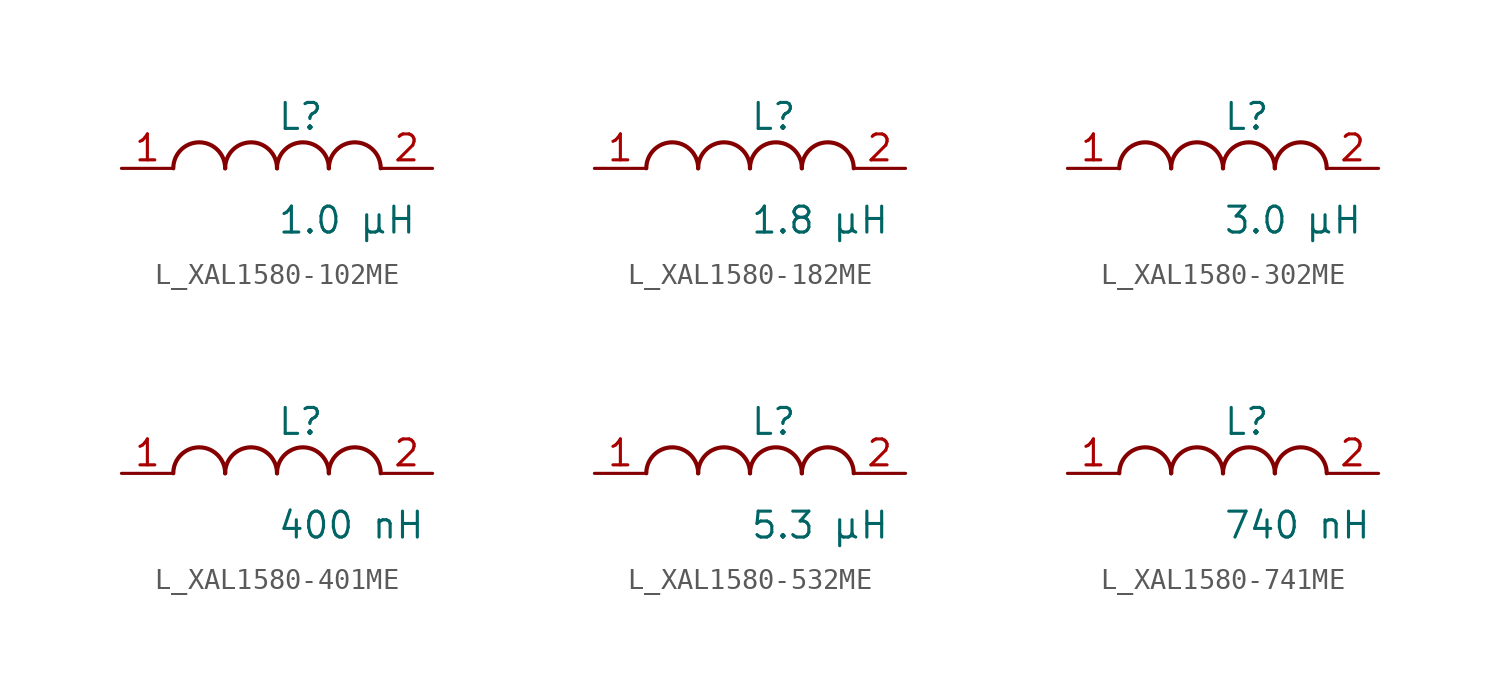
<source format=kicad_sym>
(kicad_symbol_lib
  (version 20231120)
  (generator kicad_symbol_editor)
  (generator_version 8.0)
  (symbol "L_XAL1580-102ME"
    (pin_names
      (offset 0.254))
    (property "Reference" "L"
      (at 0 2.54 0)
      (effects (font (size 1.27 1.27)) (justify left)))
    (property "Value" "1.0 µH"
      (at 0 -2.54 0)
      (effects (font (size 1.27 1.27)) (justify left)))
    (symbol "L_XAL1580-102ME_1_1"
      (arc (start -2.54 0.0056) (mid -3.81 1.27) (end -5.08 0.0056) (stroke (width 0.2032) (type default)) (fill (type none)))
      (arc (start 0 0.0056) (mid -1.27 1.27) (end -2.54 0.0056) (stroke (width 0.2032) (type default)) (fill (type none)))
      (arc (start 2.54 0.0056) (mid 1.27 1.27) (end 0 0.0056) (stroke (width 0.2032) (type default)) (fill (type none)))
      (arc (start 5.08 0.0056) (mid 3.81 1.27) (end 2.54 0.0056) (stroke (width 0.2032) (type default)) (fill (type none)))
      (pin passive line (at -7.62 0 0) (length 2.54) (name "" (effects (font (size 1.27 1.27)))) (number "1" (effects (font (size 1.27 1.27)))))
      (pin passive line (at 7.62 0 180) (length 2.54) (name "" (effects (font (size 1.27 1.27)))) (number "2" (effects (font (size 1.27 1.27)))))))
  (symbol "L_XAL1580-182ME"
    (pin_names
      (offset 0.254))
    (property "Reference" "L"
      (at 0 2.54 0)
      (effects (font (size 1.27 1.27)) (justify left)))
    (property "Value" "1.8 µH"
      (at 0 -2.54 0)
      (effects (font (size 1.27 1.27)) (justify left)))
    (symbol "L_XAL1580-182ME_1_1"
      (arc (start -2.54 0.0056) (mid -3.81 1.27) (end -5.08 0.0056) (stroke (width 0.2032) (type default)) (fill (type none)))
      (arc (start 0 0.0056) (mid -1.27 1.27) (end -2.54 0.0056) (stroke (width 0.2032) (type default)) (fill (type none)))
      (arc (start 2.54 0.0056) (mid 1.27 1.27) (end 0 0.0056) (stroke (width 0.2032) (type default)) (fill (type none)))
      (arc (start 5.08 0.0056) (mid 3.81 1.27) (end 2.54 0.0056) (stroke (width 0.2032) (type default)) (fill (type none)))
      (pin passive line (at -7.62 0 0) (length 2.54) (name "" (effects (font (size 1.27 1.27)))) (number "1" (effects (font (size 1.27 1.27)))))
      (pin passive line (at 7.62 0 180) (length 2.54) (name "" (effects (font (size 1.27 1.27)))) (number "2" (effects (font (size 1.27 1.27)))))))
  (symbol "L_XAL1580-302ME"
    (pin_names
      (offset 0.254))
    (property "Reference" "L"
      (at 0 2.54 0)
      (effects (font (size 1.27 1.27)) (justify left)))
    (property "Value" "3.0 µH"
      (at 0 -2.54 0)
      (effects (font (size 1.27 1.27)) (justify left)))
    (symbol "L_XAL1580-302ME_1_1"
      (arc (start -2.54 0.0056) (mid -3.81 1.27) (end -5.08 0.0056) (stroke (width 0.2032) (type default)) (fill (type none)))
      (arc (start 0 0.0056) (mid -1.27 1.27) (end -2.54 0.0056) (stroke (width 0.2032) (type default)) (fill (type none)))
      (arc (start 2.54 0.0056) (mid 1.27 1.27) (end 0 0.0056) (stroke (width 0.2032) (type default)) (fill (type none)))
      (arc (start 5.08 0.0056) (mid 3.81 1.27) (end 2.54 0.0056) (stroke (width 0.2032) (type default)) (fill (type none)))
      (pin passive line (at -7.62 0 0) (length 2.54) (name "" (effects (font (size 1.27 1.27)))) (number "1" (effects (font (size 1.27 1.27)))))
      (pin passive line (at 7.62 0 180) (length 2.54) (name "" (effects (font (size 1.27 1.27)))) (number "2" (effects (font (size 1.27 1.27)))))))
  (symbol "L_XAL1580-401ME"
    (pin_names
      (offset 0.254))
    (property "Reference" "L"
      (at 0 2.54 0)
      (effects (font (size 1.27 1.27)) (justify left)))
    (property "Value" "400 nH"
      (at 0 -2.54 0)
      (effects (font (size 1.27 1.27)) (justify left)))
    (symbol "L_XAL1580-401ME_1_1"
      (arc (start -2.54 0.0056) (mid -3.81 1.27) (end -5.08 0.0056) (stroke (width 0.2032) (type default)) (fill (type none)))
      (arc (start 0 0.0056) (mid -1.27 1.27) (end -2.54 0.0056) (stroke (width 0.2032) (type default)) (fill (type none)))
      (arc (start 2.54 0.0056) (mid 1.27 1.27) (end 0 0.0056) (stroke (width 0.2032) (type default)) (fill (type none)))
      (arc (start 5.08 0.0056) (mid 3.81 1.27) (end 2.54 0.0056) (stroke (width 0.2032) (type default)) (fill (type none)))
      (pin passive line (at -7.62 0 0) (length 2.54) (name "" (effects (font (size 1.27 1.27)))) (number "1" (effects (font (size 1.27 1.27)))))
      (pin passive line (at 7.62 0 180) (length 2.54) (name "" (effects (font (size 1.27 1.27)))) (number "2" (effects (font (size 1.27 1.27)))))))
  (symbol "L_XAL1580-532ME"
    (pin_names
      (offset 0.254))
    (property "Reference" "L"
      (at 0 2.54 0)
      (effects (font (size 1.27 1.27)) (justify left)))
    (property "Value" "5.3 µH"
      (at 0 -2.54 0)
      (effects (font (size 1.27 1.27)) (justify left)))
    (symbol "L_XAL1580-532ME_1_1"
      (arc (start -2.54 0.0056) (mid -3.81 1.27) (end -5.08 0.0056) (stroke (width 0.2032) (type default)) (fill (type none)))
      (arc (start 0 0.0056) (mid -1.27 1.27) (end -2.54 0.0056) (stroke (width 0.2032) (type default)) (fill (type none)))
      (arc (start 2.54 0.0056) (mid 1.27 1.27) (end 0 0.0056) (stroke (width 0.2032) (type default)) (fill (type none)))
      (arc (start 5.08 0.0056) (mid 3.81 1.27) (end 2.54 0.0056) (stroke (width 0.2032) (type default)) (fill (type none)))
      (pin passive line (at -7.62 0 0) (length 2.54) (name "" (effects (font (size 1.27 1.27)))) (number "1" (effects (font (size 1.27 1.27)))))
      (pin passive line (at 7.62 0 180) (length 2.54) (name "" (effects (font (size 1.27 1.27)))) (number "2" (effects (font (size 1.27 1.27)))))))
  (symbol "L_XAL1580-741ME"
    (pin_names
      (offset 0.254))
    (property "Reference" "L"
      (at 0 2.54 0)
      (effects (font (size 1.27 1.27)) (justify left)))
    (property "Value" "740 nH"
      (at 0 -2.54 0)
      (effects (font (size 1.27 1.27)) (justify left)))
    (symbol "L_XAL1580-741ME_1_1"
      (arc (start -2.54 0.0056) (mid -3.81 1.27) (end -5.08 0.0056) (stroke (width 0.2032) (type default)) (fill (type none)))
      (arc (start 0 0.0056) (mid -1.27 1.27) (end -2.54 0.0056) (stroke (width 0.2032) (type default)) (fill (type none)))
      (arc (start 2.54 0.0056) (mid 1.27 1.27) (end 0 0.0056) (stroke (width 0.2032) (type default)) (fill (type none)))
      (arc (start 5.08 0.0056) (mid 3.81 1.27) (end 2.54 0.0056) (stroke (width 0.2032) (type default)) (fill (type none)))
      (pin passive line (at -7.62 0 0) (length 2.54) (name "" (effects (font (size 1.27 1.27)))) (number "1" (effects (font (size 1.27 1.27)))))
      (pin passive line (at 7.62 0 180) (length 2.54) (name "" (effects (font (size 1.27 1.27)))) (number "2" (effects (font (size 1.27 1.27))))))))
</source>
